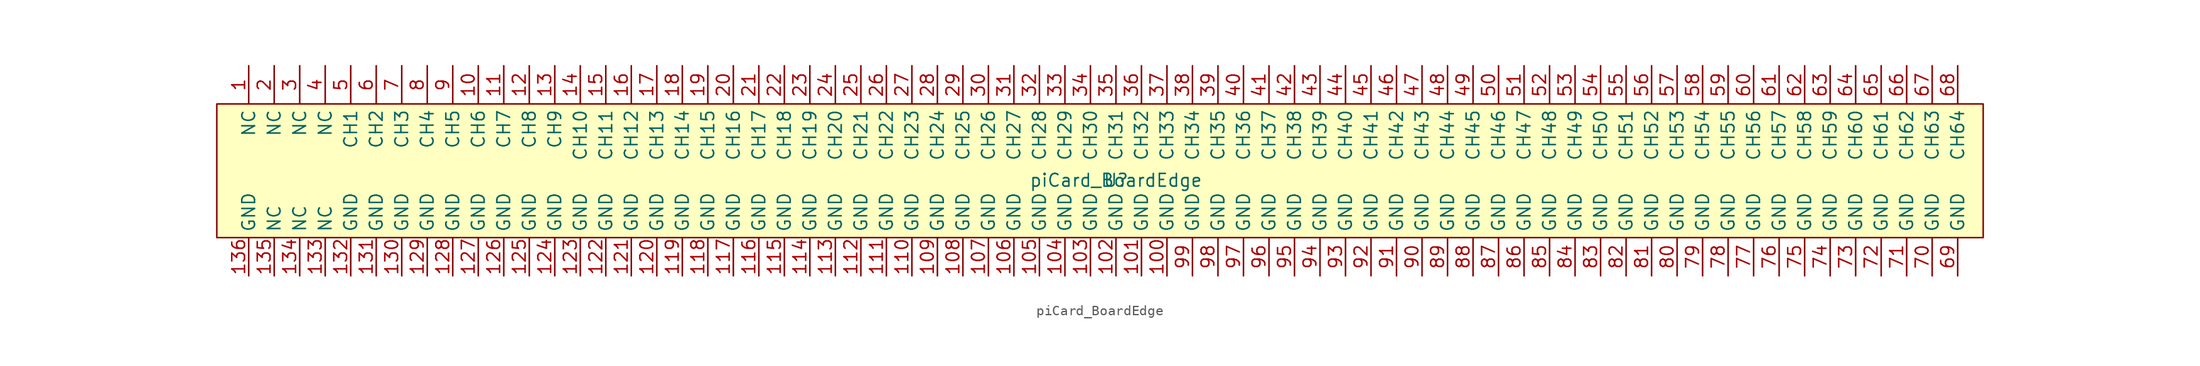
<source format=kicad_sym>
(kicad_symbol_lib
  (version 20220914)
  (generator kicad_symbol_editor)
  (symbol "piCard_BoardEdge"
    (property "Reference" "U"
      (at 3.81 0 0)
      (effects (font (size 1.27 1.27))))
    (property "Value" "piCard_BoardEdge"
      (at 3.81 0 0)
      (effects (font (size 1.27 1.27))))
    (symbol "piCard_BoardEdge_1_1"
      (rectangle (start -85.725 7.62) (end 90.17 -5.715) (stroke (width 0) (type default)) (fill (type background)))
      (pin input line (at -82.55 11.43 270) (length 3.81) (name "NC" (effects (font (size 1.27 1.27)))) (number "1" (effects (font (size 1.27 1.27)))))
      (pin input line (at -59.69 11.43 270) (length 3.81) (name "CH6" (effects (font (size 1.27 1.27)))) (number "10" (effects (font (size 1.27 1.27)))))
      (pin input line (at 8.89 -9.525 90) (length 3.81) (name "GND" (effects (font (size 1.27 1.27)))) (number "100" (effects (font (size 1.27 1.27)))))
      (pin input line (at 6.35 -9.525 90) (length 3.81) (name "GND" (effects (font (size 1.27 1.27)))) (number "101" (effects (font (size 1.27 1.27)))))
      (pin input line (at 3.81 -9.525 90) (length 3.81) (name "GND" (effects (font (size 1.27 1.27)))) (number "102" (effects (font (size 1.27 1.27)))))
      (pin input line (at 1.27 -9.525 90) (length 3.81) (name "GND" (effects (font (size 1.27 1.27)))) (number "103" (effects (font (size 1.27 1.27)))))
      (pin input line (at -1.27 -9.525 90) (length 3.81) (name "GND" (effects (font (size 1.27 1.27)))) (number "104" (effects (font (size 1.27 1.27)))))
      (pin input line (at -3.81 -9.525 90) (length 3.81) (name "GND" (effects (font (size 1.27 1.27)))) (number "105" (effects (font (size 1.27 1.27)))))
      (pin input line (at -6.35 -9.525 90) (length 3.81) (name "GND" (effects (font (size 1.27 1.27)))) (number "106" (effects (font (size 1.27 1.27)))))
      (pin input line (at -8.89 -9.525 90) (length 3.81) (name "GND" (effects (font (size 1.27 1.27)))) (number "107" (effects (font (size 1.27 1.27)))))
      (pin input line (at -11.43 -9.525 90) (length 3.81) (name "GND" (effects (font (size 1.27 1.27)))) (number "108" (effects (font (size 1.27 1.27)))))
      (pin input line (at -13.97 -9.525 90) (length 3.81) (name "GND" (effects (font (size 1.27 1.27)))) (number "109" (effects (font (size 1.27 1.27)))))
      (pin input line (at -57.15 11.43 270) (length 3.81) (name "CH7" (effects (font (size 1.27 1.27)))) (number "11" (effects (font (size 1.27 1.27)))))
      (pin input line (at -16.51 -9.525 90) (length 3.81) (name "GND" (effects (font (size 1.27 1.27)))) (number "110" (effects (font (size 1.27 1.27)))))
      (pin input line (at -19.05 -9.525 90) (length 3.81) (name "GND" (effects (font (size 1.27 1.27)))) (number "111" (effects (font (size 1.27 1.27)))))
      (pin input line (at -21.59 -9.525 90) (length 3.81) (name "GND" (effects (font (size 1.27 1.27)))) (number "112" (effects (font (size 1.27 1.27)))))
      (pin input line (at -24.13 -9.525 90) (length 3.81) (name "GND" (effects (font (size 1.27 1.27)))) (number "113" (effects (font (size 1.27 1.27)))))
      (pin input line (at -26.67 -9.525 90) (length 3.81) (name "GND" (effects (font (size 1.27 1.27)))) (number "114" (effects (font (size 1.27 1.27)))))
      (pin input line (at -29.21 -9.525 90) (length 3.81) (name "GND" (effects (font (size 1.27 1.27)))) (number "115" (effects (font (size 1.27 1.27)))))
      (pin input line (at -31.75 -9.525 90) (length 3.81) (name "GND" (effects (font (size 1.27 1.27)))) (number "116" (effects (font (size 1.27 1.27)))))
      (pin input line (at -34.29 -9.525 90) (length 3.81) (name "GND" (effects (font (size 1.27 1.27)))) (number "117" (effects (font (size 1.27 1.27)))))
      (pin input line (at -36.83 -9.525 90) (length 3.81) (name "GND" (effects (font (size 1.27 1.27)))) (number "118" (effects (font (size 1.27 1.27)))))
      (pin input line (at -39.37 -9.525 90) (length 3.81) (name "GND" (effects (font (size 1.27 1.27)))) (number "119" (effects (font (size 1.27 1.27)))))
      (pin input line (at -54.61 11.43 270) (length 3.81) (name "CH8" (effects (font (size 1.27 1.27)))) (number "12" (effects (font (size 1.27 1.27)))))
      (pin input line (at -41.91 -9.525 90) (length 3.81) (name "GND" (effects (font (size 1.27 1.27)))) (number "120" (effects (font (size 1.27 1.27)))))
      (pin input line (at -44.45 -9.525 90) (length 3.81) (name "GND" (effects (font (size 1.27 1.27)))) (number "121" (effects (font (size 1.27 1.27)))))
      (pin input line (at -46.99 -9.525 90) (length 3.81) (name "GND" (effects (font (size 1.27 1.27)))) (number "122" (effects (font (size 1.27 1.27)))))
      (pin input line (at -49.53 -9.525 90) (length 3.81) (name "GND" (effects (font (size 1.27 1.27)))) (number "123" (effects (font (size 1.27 1.27)))))
      (pin input line (at -52.07 -9.525 90) (length 3.81) (name "GND" (effects (font (size 1.27 1.27)))) (number "124" (effects (font (size 1.27 1.27)))))
      (pin input line (at -54.61 -9.525 90) (length 3.81) (name "GND" (effects (font (size 1.27 1.27)))) (number "125" (effects (font (size 1.27 1.27)))))
      (pin input line (at -57.15 -9.525 90) (length 3.81) (name "GND" (effects (font (size 1.27 1.27)))) (number "126" (effects (font (size 1.27 1.27)))))
      (pin input line (at -59.69 -9.525 90) (length 3.81) (name "GND" (effects (font (size 1.27 1.27)))) (number "127" (effects (font (size 1.27 1.27)))))
      (pin input line (at -62.23 -9.525 90) (length 3.81) (name "GND" (effects (font (size 1.27 1.27)))) (number "128" (effects (font (size 1.27 1.27)))))
      (pin input line (at -64.77 -9.525 90) (length 3.81) (name "GND" (effects (font (size 1.27 1.27)))) (number "129" (effects (font (size 1.27 1.27)))))
      (pin input line (at -52.07 11.43 270) (length 3.81) (name "CH9" (effects (font (size 1.27 1.27)))) (number "13" (effects (font (size 1.27 1.27)))))
      (pin input line (at -67.31 -9.525 90) (length 3.81) (name "GND" (effects (font (size 1.27 1.27)))) (number "130" (effects (font (size 1.27 1.27)))))
      (pin input line (at -69.85 -9.525 90) (length 3.81) (name "GND" (effects (font (size 1.27 1.27)))) (number "131" (effects (font (size 1.27 1.27)))))
      (pin input line (at -72.39 -9.525 90) (length 3.81) (name "GND" (effects (font (size 1.27 1.27)))) (number "132" (effects (font (size 1.27 1.27)))))
      (pin input line (at -74.93 -9.525 90) (length 3.81) (name "NC" (effects (font (size 1.27 1.27)))) (number "133" (effects (font (size 1.27 1.27)))))
      (pin input line (at -77.47 -9.525 90) (length 3.81) (name "NC" (effects (font (size 1.27 1.27)))) (number "134" (effects (font (size 1.27 1.27)))))
      (pin input line (at -80.01 -9.525 90) (length 3.81) (name "NC" (effects (font (size 1.27 1.27)))) (number "135" (effects (font (size 1.27 1.27)))))
      (pin input line (at -82.55 -9.525 90) (length 3.81) (name "GND" (effects (font (size 1.27 1.27)))) (number "136" (effects (font (size 1.27 1.27)))))
      (pin input line (at -49.53 11.43 270) (length 3.81) (name "CH10" (effects (font (size 1.27 1.27)))) (number "14" (effects (font (size 1.27 1.27)))))
      (pin input line (at -46.99 11.43 270) (length 3.81) (name "CH11" (effects (font (size 1.27 1.27)))) (number "15" (effects (font (size 1.27 1.27)))))
      (pin input line (at -44.45 11.43 270) (length 3.81) (name "CH12" (effects (font (size 1.27 1.27)))) (number "16" (effects (font (size 1.27 1.27)))))
      (pin input line (at -41.91 11.43 270) (length 3.81) (name "CH13" (effects (font (size 1.27 1.27)))) (number "17" (effects (font (size 1.27 1.27)))))
      (pin input line (at -39.37 11.43 270) (length 3.81) (name "CH14" (effects (font (size 1.27 1.27)))) (number "18" (effects (font (size 1.27 1.27)))))
      (pin input line (at -36.83 11.43 270) (length 3.81) (name "CH15" (effects (font (size 1.27 1.27)))) (number "19" (effects (font (size 1.27 1.27)))))
      (pin input line (at -80.01 11.43 270) (length 3.81) (name "NC" (effects (font (size 1.27 1.27)))) (number "2" (effects (font (size 1.27 1.27)))))
      (pin input line (at -34.29 11.43 270) (length 3.81) (name "CH16" (effects (font (size 1.27 1.27)))) (number "20" (effects (font (size 1.27 1.27)))))
      (pin input line (at -31.75 11.43 270) (length 3.81) (name "CH17" (effects (font (size 1.27 1.27)))) (number "21" (effects (font (size 1.27 1.27)))))
      (pin input line (at -29.21 11.43 270) (length 3.81) (name "CH18" (effects (font (size 1.27 1.27)))) (number "22" (effects (font (size 1.27 1.27)))))
      (pin input line (at -26.67 11.43 270) (length 3.81) (name "CH19" (effects (font (size 1.27 1.27)))) (number "23" (effects (font (size 1.27 1.27)))))
      (pin input line (at -24.13 11.43 270) (length 3.81) (name "CH20" (effects (font (size 1.27 1.27)))) (number "24" (effects (font (size 1.27 1.27)))))
      (pin input line (at -21.59 11.43 270) (length 3.81) (name "CH21" (effects (font (size 1.27 1.27)))) (number "25" (effects (font (size 1.27 1.27)))))
      (pin input line (at -19.05 11.43 270) (length 3.81) (name "CH22" (effects (font (size 1.27 1.27)))) (number "26" (effects (font (size 1.27 1.27)))))
      (pin input line (at -16.51 11.43 270) (length 3.81) (name "CH23" (effects (font (size 1.27 1.27)))) (number "27" (effects (font (size 1.27 1.27)))))
      (pin input line (at -13.97 11.43 270) (length 3.81) (name "CH24" (effects (font (size 1.27 1.27)))) (number "28" (effects (font (size 1.27 1.27)))))
      (pin input line (at -11.43 11.43 270) (length 3.81) (name "CH25" (effects (font (size 1.27 1.27)))) (number "29" (effects (font (size 1.27 1.27)))))
      (pin input line (at -77.47 11.43 270) (length 3.81) (name "NC" (effects (font (size 1.27 1.27)))) (number "3" (effects (font (size 1.27 1.27)))))
      (pin input line (at -8.89 11.43 270) (length 3.81) (name "CH26" (effects (font (size 1.27 1.27)))) (number "30" (effects (font (size 1.27 1.27)))))
      (pin input line (at -6.35 11.43 270) (length 3.81) (name "CH27" (effects (font (size 1.27 1.27)))) (number "31" (effects (font (size 1.27 1.27)))))
      (pin input line (at -3.81 11.43 270) (length 3.81) (name "CH28" (effects (font (size 1.27 1.27)))) (number "32" (effects (font (size 1.27 1.27)))))
      (pin input line (at -1.27 11.43 270) (length 3.81) (name "CH29" (effects (font (size 1.27 1.27)))) (number "33" (effects (font (size 1.27 1.27)))))
      (pin input line (at 1.27 11.43 270) (length 3.81) (name "CH30" (effects (font (size 1.27 1.27)))) (number "34" (effects (font (size 1.27 1.27)))))
      (pin input line (at 3.81 11.43 270) (length 3.81) (name "CH31" (effects (font (size 1.27 1.27)))) (number "35" (effects (font (size 1.27 1.27)))))
      (pin input line (at 6.35 11.43 270) (length 3.81) (name "CH32" (effects (font (size 1.27 1.27)))) (number "36" (effects (font (size 1.27 1.27)))))
      (pin input line (at 8.89 11.43 270) (length 3.81) (name "CH33" (effects (font (size 1.27 1.27)))) (number "37" (effects (font (size 1.27 1.27)))))
      (pin input line (at 11.43 11.43 270) (length 3.81) (name "CH34" (effects (font (size 1.27 1.27)))) (number "38" (effects (font (size 1.27 1.27)))))
      (pin input line (at 13.97 11.43 270) (length 3.81) (name "CH35" (effects (font (size 1.27 1.27)))) (number "39" (effects (font (size 1.27 1.27)))))
      (pin input line (at -74.93 11.43 270) (length 3.81) (name "NC" (effects (font (size 1.27 1.27)))) (number "4" (effects (font (size 1.27 1.27)))))
      (pin input line (at 16.51 11.43 270) (length 3.81) (name "CH36" (effects (font (size 1.27 1.27)))) (number "40" (effects (font (size 1.27 1.27)))))
      (pin input line (at 19.05 11.43 270) (length 3.81) (name "CH37" (effects (font (size 1.27 1.27)))) (number "41" (effects (font (size 1.27 1.27)))))
      (pin input line (at 21.59 11.43 270) (length 3.81) (name "CH38" (effects (font (size 1.27 1.27)))) (number "42" (effects (font (size 1.27 1.27)))))
      (pin input line (at 24.13 11.43 270) (length 3.81) (name "CH39" (effects (font (size 1.27 1.27)))) (number "43" (effects (font (size 1.27 1.27)))))
      (pin input line (at 26.67 11.43 270) (length 3.81) (name "CH40" (effects (font (size 1.27 1.27)))) (number "44" (effects (font (size 1.27 1.27)))))
      (pin input line (at 29.21 11.43 270) (length 3.81) (name "CH41" (effects (font (size 1.27 1.27)))) (number "45" (effects (font (size 1.27 1.27)))))
      (pin input line (at 31.75 11.43 270) (length 3.81) (name "CH42" (effects (font (size 1.27 1.27)))) (number "46" (effects (font (size 1.27 1.27)))))
      (pin input line (at 34.29 11.43 270) (length 3.81) (name "CH43" (effects (font (size 1.27 1.27)))) (number "47" (effects (font (size 1.27 1.27)))))
      (pin input line (at 36.83 11.43 270) (length 3.81) (name "CH44" (effects (font (size 1.27 1.27)))) (number "48" (effects (font (size 1.27 1.27)))))
      (pin input line (at 39.37 11.43 270) (length 3.81) (name "CH45" (effects (font (size 1.27 1.27)))) (number "49" (effects (font (size 1.27 1.27)))))
      (pin input line (at -72.39 11.43 270) (length 3.81) (name "CH1" (effects (font (size 1.27 1.27)))) (number "5" (effects (font (size 1.27 1.27)))))
      (pin input line (at 41.91 11.43 270) (length 3.81) (name "CH46" (effects (font (size 1.27 1.27)))) (number "50" (effects (font (size 1.27 1.27)))))
      (pin input line (at 44.45 11.43 270) (length 3.81) (name "CH47" (effects (font (size 1.27 1.27)))) (number "51" (effects (font (size 1.27 1.27)))))
      (pin input line (at 46.99 11.43 270) (length 3.81) (name "CH48" (effects (font (size 1.27 1.27)))) (number "52" (effects (font (size 1.27 1.27)))))
      (pin input line (at 49.53 11.43 270) (length 3.81) (name "CH49" (effects (font (size 1.27 1.27)))) (number "53" (effects (font (size 1.27 1.27)))))
      (pin input line (at 52.07 11.43 270) (length 3.81) (name "CH50" (effects (font (size 1.27 1.27)))) (number "54" (effects (font (size 1.27 1.27)))))
      (pin input line (at 54.61 11.43 270) (length 3.81) (name "CH51" (effects (font (size 1.27 1.27)))) (number "55" (effects (font (size 1.27 1.27)))))
      (pin input line (at 57.15 11.43 270) (length 3.81) (name "CH52" (effects (font (size 1.27 1.27)))) (number "56" (effects (font (size 1.27 1.27)))))
      (pin input line (at 59.69 11.43 270) (length 3.81) (name "CH53" (effects (font (size 1.27 1.27)))) (number "57" (effects (font (size 1.27 1.27)))))
      (pin input line (at 62.23 11.43 270) (length 3.81) (name "CH54" (effects (font (size 1.27 1.27)))) (number "58" (effects (font (size 1.27 1.27)))))
      (pin input line (at 64.77 11.43 270) (length 3.81) (name "CH55" (effects (font (size 1.27 1.27)))) (number "59" (effects (font (size 1.27 1.27)))))
      (pin input line (at -69.85 11.43 270) (length 3.81) (name "CH2" (effects (font (size 1.27 1.27)))) (number "6" (effects (font (size 1.27 1.27)))))
      (pin input line (at 67.31 11.43 270) (length 3.81) (name "CH56" (effects (font (size 1.27 1.27)))) (number "60" (effects (font (size 1.27 1.27)))))
      (pin input line (at 69.85 11.43 270) (length 3.81) (name "CH57" (effects (font (size 1.27 1.27)))) (number "61" (effects (font (size 1.27 1.27)))))
      (pin input line (at 72.39 11.43 270) (length 3.81) (name "CH58" (effects (font (size 1.27 1.27)))) (number "62" (effects (font (size 1.27 1.27)))))
      (pin input line (at 74.93 11.43 270) (length 3.81) (name "CH59" (effects (font (size 1.27 1.27)))) (number "63" (effects (font (size 1.27 1.27)))))
      (pin input line (at 77.47 11.43 270) (length 3.81) (name "CH60" (effects (font (size 1.27 1.27)))) (number "64" (effects (font (size 1.27 1.27)))))
      (pin input line (at 80.01 11.43 270) (length 3.81) (name "CH61" (effects (font (size 1.27 1.27)))) (number "65" (effects (font (size 1.27 1.27)))))
      (pin input line (at 82.55 11.43 270) (length 3.81) (name "CH62" (effects (font (size 1.27 1.27)))) (number "66" (effects (font (size 1.27 1.27)))))
      (pin input line (at 85.09 11.43 270) (length 3.81) (name "CH63" (effects (font (size 1.27 1.27)))) (number "67" (effects (font (size 1.27 1.27)))))
      (pin input line (at 87.63 11.43 270) (length 3.81) (name "CH64" (effects (font (size 1.27 1.27)))) (number "68" (effects (font (size 1.27 1.27)))))
      (pin input line (at 87.63 -9.525 90) (length 3.81) (name "GND" (effects (font (size 1.27 1.27)))) (number "69" (effects (font (size 1.27 1.27)))))
      (pin input line (at -67.31 11.43 270) (length 3.81) (name "CH3" (effects (font (size 1.27 1.27)))) (number "7" (effects (font (size 1.27 1.27)))))
      (pin input line (at 85.09 -9.525 90) (length 3.81) (name "GND" (effects (font (size 1.27 1.27)))) (number "70" (effects (font (size 1.27 1.27)))))
      (pin input line (at 82.55 -9.525 90) (length 3.81) (name "GND" (effects (font (size 1.27 1.27)))) (number "71" (effects (font (size 1.27 1.27)))))
      (pin input line (at 80.01 -9.525 90) (length 3.81) (name "GND" (effects (font (size 1.27 1.27)))) (number "72" (effects (font (size 1.27 1.27)))))
      (pin input line (at 77.47 -9.525 90) (length 3.81) (name "GND" (effects (font (size 1.27 1.27)))) (number "73" (effects (font (size 1.27 1.27)))))
      (pin input line (at 74.93 -9.525 90) (length 3.81) (name "GND" (effects (font (size 1.27 1.27)))) (number "74" (effects (font (size 1.27 1.27)))))
      (pin input line (at 72.39 -9.525 90) (length 3.81) (name "GND" (effects (font (size 1.27 1.27)))) (number "75" (effects (font (size 1.27 1.27)))))
      (pin input line (at 69.85 -9.525 90) (length 3.81) (name "GND" (effects (font (size 1.27 1.27)))) (number "76" (effects (font (size 1.27 1.27)))))
      (pin input line (at 67.31 -9.525 90) (length 3.81) (name "GND" (effects (font (size 1.27 1.27)))) (number "77" (effects (font (size 1.27 1.27)))))
      (pin input line (at 64.77 -9.525 90) (length 3.81) (name "GND" (effects (font (size 1.27 1.27)))) (number "78" (effects (font (size 1.27 1.27)))))
      (pin input line (at 62.23 -9.525 90) (length 3.81) (name "GND" (effects (font (size 1.27 1.27)))) (number "79" (effects (font (size 1.27 1.27)))))
      (pin input line (at -64.77 11.43 270) (length 3.81) (name "CH4" (effects (font (size 1.27 1.27)))) (number "8" (effects (font (size 1.27 1.27)))))
      (pin input line (at 59.69 -9.525 90) (length 3.81) (name "GND" (effects (font (size 1.27 1.27)))) (number "80" (effects (font (size 1.27 1.27)))))
      (pin input line (at 57.15 -9.525 90) (length 3.81) (name "GND" (effects (font (size 1.27 1.27)))) (number "81" (effects (font (size 1.27 1.27)))))
      (pin input line (at 54.61 -9.525 90) (length 3.81) (name "GND" (effects (font (size 1.27 1.27)))) (number "82" (effects (font (size 1.27 1.27)))))
      (pin input line (at 52.07 -9.525 90) (length 3.81) (name "GND" (effects (font (size 1.27 1.27)))) (number "83" (effects (font (size 1.27 1.27)))))
      (pin input line (at 49.53 -9.525 90) (length 3.81) (name "GND" (effects (font (size 1.27 1.27)))) (number "84" (effects (font (size 1.27 1.27)))))
      (pin input line (at 46.99 -9.525 90) (length 3.81) (name "GND" (effects (font (size 1.27 1.27)))) (number "85" (effects (font (size 1.27 1.27)))))
      (pin input line (at 44.45 -9.525 90) (length 3.81) (name "GND" (effects (font (size 1.27 1.27)))) (number "86" (effects (font (size 1.27 1.27)))))
      (pin input line (at 41.91 -9.525 90) (length 3.81) (name "GND" (effects (font (size 1.27 1.27)))) (number "87" (effects (font (size 1.27 1.27)))))
      (pin input line (at 39.37 -9.525 90) (length 3.81) (name "GND" (effects (font (size 1.27 1.27)))) (number "88" (effects (font (size 1.27 1.27)))))
      (pin input line (at 36.83 -9.525 90) (length 3.81) (name "GND" (effects (font (size 1.27 1.27)))) (number "89" (effects (font (size 1.27 1.27)))))
      (pin input line (at -62.23 11.43 270) (length 3.81) (name "CH5" (effects (font (size 1.27 1.27)))) (number "9" (effects (font (size 1.27 1.27)))))
      (pin input line (at 34.29 -9.525 90) (length 3.81) (name "GND" (effects (font (size 1.27 1.27)))) (number "90" (effects (font (size 1.27 1.27)))))
      (pin input line (at 31.75 -9.525 90) (length 3.81) (name "GND" (effects (font (size 1.27 1.27)))) (number "91" (effects (font (size 1.27 1.27)))))
      (pin input line (at 29.21 -9.525 90) (length 3.81) (name "GND" (effects (font (size 1.27 1.27)))) (number "92" (effects (font (size 1.27 1.27)))))
      (pin input line (at 26.67 -9.525 90) (length 3.81) (name "GND" (effects (font (size 1.27 1.27)))) (number "93" (effects (font (size 1.27 1.27)))))
      (pin input line (at 24.13 -9.525 90) (length 3.81) (name "GND" (effects (font (size 1.27 1.27)))) (number "94" (effects (font (size 1.27 1.27)))))
      (pin input line (at 21.59 -9.525 90) (length 3.81) (name "GND" (effects (font (size 1.27 1.27)))) (number "95" (effects (font (size 1.27 1.27)))))
      (pin input line (at 19.05 -9.525 90) (length 3.81) (name "GND" (effects (font (size 1.27 1.27)))) (number "96" (effects (font (size 1.27 1.27)))))
      (pin input line (at 16.51 -9.525 90) (length 3.81) (name "GND" (effects (font (size 1.27 1.27)))) (number "97" (effects (font (size 1.27 1.27)))))
      (pin input line (at 13.97 -9.525 90) (length 3.81) (name "GND" (effects (font (size 1.27 1.27)))) (number "98" (effects (font (size 1.27 1.27)))))
      (pin input line (at 11.43 -9.525 90) (length 3.81) (name "GND" (effects (font (size 1.27 1.27)))) (number "99" (effects (font (size 1.27 1.27))))))))
</source>
